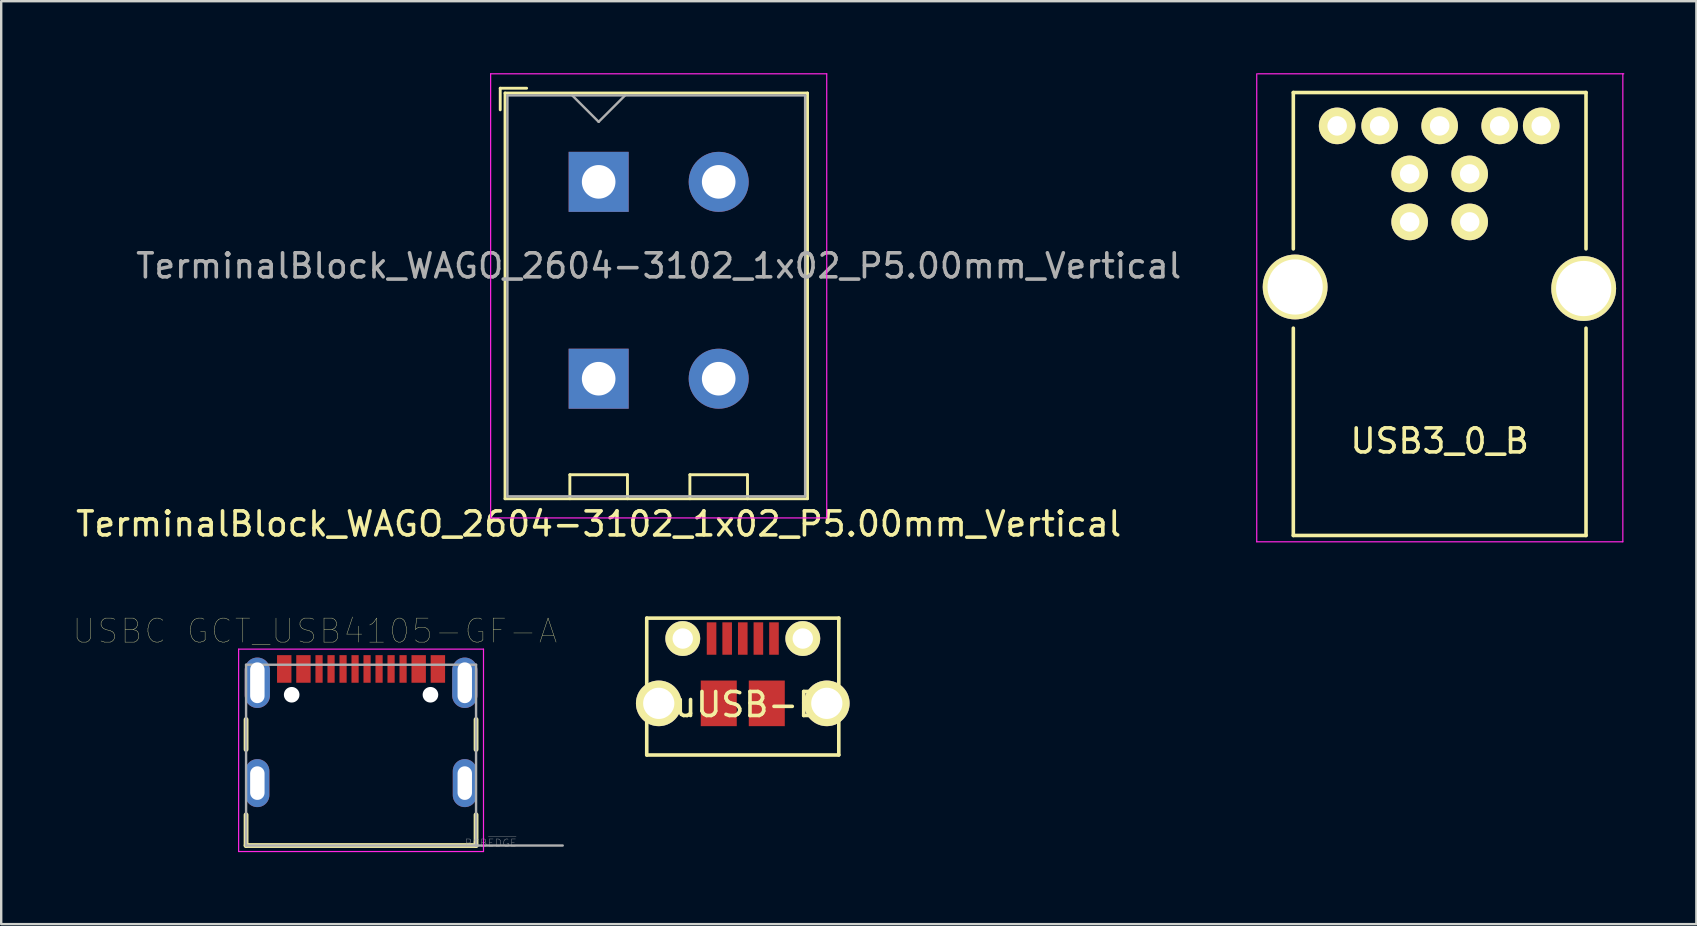
<source format=kicad_pcb>
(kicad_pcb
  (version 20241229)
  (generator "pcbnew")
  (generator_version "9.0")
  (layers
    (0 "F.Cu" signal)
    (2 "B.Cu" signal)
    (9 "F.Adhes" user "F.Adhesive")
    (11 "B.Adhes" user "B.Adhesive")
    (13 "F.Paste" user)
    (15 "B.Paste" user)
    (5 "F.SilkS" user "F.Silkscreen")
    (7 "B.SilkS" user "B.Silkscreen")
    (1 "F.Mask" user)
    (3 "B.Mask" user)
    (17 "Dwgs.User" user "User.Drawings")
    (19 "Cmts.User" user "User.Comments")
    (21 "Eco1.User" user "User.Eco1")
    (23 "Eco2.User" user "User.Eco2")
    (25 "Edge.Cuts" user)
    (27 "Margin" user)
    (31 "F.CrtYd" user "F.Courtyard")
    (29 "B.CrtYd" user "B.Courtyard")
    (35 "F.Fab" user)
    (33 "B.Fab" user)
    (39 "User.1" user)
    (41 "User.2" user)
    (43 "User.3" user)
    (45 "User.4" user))
  (footprint "uUSB-B"
    (layer "F.Cu")
    (at 27.89 26.248)
    (property "Reference" "uUSB-B" (at 0.229 0.051 0) (layer "F.SilkS") (effects (font (size 1 1) (thickness 0.15))))
    (attr through_hole)
    (fp_line (start -4 -3.55) (end 4 -3.55) (stroke (width 0.15) (type solid)) (layer "F.SilkS"))
    (fp_line (start -4 2.15) (end -4 -3.55) (stroke (width 0.15) (type solid)) (layer "F.SilkS"))
    (fp_line (start 4 -3.55) (end 4 2.15) (stroke (width 0.15) (type solid)) (layer "F.SilkS"))
    (fp_line (start 4 2.15) (end -4 2.15) (stroke (width 0.15) (type solid)) (layer "F.SilkS"))
    (pad "1" smd trapezoid (at -1.3 -2.7) (size 0.4 1.35) (layers "F.Cu" "F.Mask" "F.Paste"))
    (pad "2" smd trapezoid (at -0.65 -2.7) (size 0.4 1.35) (layers "F.Cu" "F.Mask" "F.Paste"))
    (pad "3" smd trapezoid (at 0 -2.7) (size 0.4 1.35) (layers "F.Cu" "F.Mask" "F.Paste"))
    (pad "4" smd trapezoid (at 0.65 -2.7) (size 0.4 1.35) (layers "F.Cu" "F.Mask" "F.Paste"))
    (pad "5" thru_hole circle (at -3.5 0) (size 1.9 1.9) (drill 1.3) (layers "*.Cu" "*.Mask" "F.SilkS"))
    (pad "5" thru_hole circle (at -2.5 -2.7) (size 1.45 1.45) (drill 0.85) (layers "*.Cu" "*.Mask" "F.SilkS"))
    (pad "5" smd trapezoid (at -1 0) (size 1.5 1.9) (layers "F.Cu" "F.Mask" "F.Paste"))
    (pad "5" smd trapezoid (at 1 0) (size 1.5 1.9) (layers "F.Cu" "F.Mask" "F.Paste"))
    (pad "5" smd trapezoid (at 1.3 -2.7) (size 0.4 1.35) (layers "F.Cu" "F.Mask" "F.Paste"))
    (pad "5" thru_hole circle (at 2.5 -2.7) (size 1.45 1.45) (drill 0.85) (layers "*.Cu" "*.Mask" "F.SilkS"))
    (pad "5" thru_hole circle (at 3.5 0) (size 1.9 1.9) (drill 1.3) (layers "*.Cu" "*.Mask" "F.SilkS")))
  (footprint "TerminalBlock_WAGO_2604-3102_1x02_P5.00mm_Vertical"
    (layer "F.Cu")
    (at 21.887 4.525)
    (property "Reference" "TerminalBlock_WAGO_2604-3102_1x02_P5.00mm_Vertical" (at 0 14.25 0) (unlocked yes) (layer "F.SilkS") (effects (font (size 1 1) (thickness 0.15))))
    (attr through_hole)
    (fp_line (start -4.1 -3.9) (end -4.1 -3) (stroke (width 0.12) (type solid)) (layer "F.SilkS"))
    (fp_line (start -4.1 -3.9) (end -3 -3.9) (stroke (width 0.12) (type solid)) (layer "F.SilkS"))
    (fp_line (start -3.9 -3.7) (end 8.7 -3.7) (stroke (width 0.12) (type solid)) (layer "F.SilkS"))
    (fp_line (start -3.9 13.2) (end -3.9 -3.7) (stroke (width 0.12) (type solid)) (layer "F.SilkS"))
    (fp_line (start -1.2 12.2) (end 1.2 12.2) (stroke (width 0.12) (type solid)) (layer "F.SilkS"))
    (fp_line (start -1.2 13.2) (end -1.2 12.2) (stroke (width 0.12) (type solid)) (layer "F.SilkS"))
    (fp_line (start 1.2 12.2) (end 1.2 13.2) (stroke (width 0.12) (type solid)) (layer "F.SilkS"))
    (fp_line (start 3.8 12.2) (end 3.8 13.2) (stroke (width 0.12) (type solid)) (layer "F.SilkS"))
    (fp_line (start 3.8 12.2) (end 6.2 12.2) (stroke (width 0.12) (type solid)) (layer "F.SilkS"))
    (fp_line (start 6.2 12.2) (end 6.2 13.2) (stroke (width 0.12) (type solid)) (layer "F.SilkS"))
    (fp_line (start 8.7 -3.7) (end 8.7 13.2) (stroke (width 0.12) (type solid)) (layer "F.SilkS"))
    (fp_line (start 8.7 13.2) (end -3.9 13.2) (stroke (width 0.12) (type solid)) (layer "F.SilkS"))
    (fp_line (start -4.5 -4.5) (end -4.5 14) (stroke (width 0.05) (type solid)) (layer "F.CrtYd"))
    (fp_line (start -4.5 14) (end 9.5 14) (stroke (width 0.05) (type solid)) (layer "F.CrtYd"))
    (fp_line (start 9.5 -4.5) (end -4.5 -4.5) (stroke (width 0.05) (type solid)) (layer "F.CrtYd"))
    (fp_line (start 9.5 14) (end 9.5 -4.5) (stroke (width 0.05) (type solid)) (layer "F.CrtYd"))
    (fp_line (start -3.8 -3.6) (end 8.6 -3.6) (stroke (width 0.1) (type solid)) (layer "F.Fab"))
    (fp_line (start -3.8 13.1) (end -3.8 -3.6) (stroke (width 0.1) (type solid)) (layer "F.Fab"))
    (fp_line (start -1.1 -3.6) (end 0 -2.5) (stroke (width 0.1) (type solid)) (layer "F.Fab"))
    (fp_line (start 0 -2.5) (end 1.1 -3.6) (stroke (width 0.1) (type solid)) (layer "F.Fab"))
    (fp_line (start 8.6 -3.6) (end 8.6 13.1) (stroke (width 0.1) (type solid)) (layer "F.Fab"))
    (fp_line (start 8.6 13.1) (end -3.8 13.1) (stroke (width 0.1) (type solid)) (layer "F.Fab"))
    (fp_text user "${REFERENCE}" (at 2.5 3.5 0) (unlocked yes) (layer "F.Fab") (effects (font (size 1 1) (thickness 0.15))))
    (pad "1" thru_hole rect (at 0 0) (size 2.5 2.5) (drill 1.4) (layers "*.Cu" "*.Mask") (remove_unused_layers yes) (keep_end_layers yes) (zone_layer_connections))
    (pad "1" thru_hole rect (at 0 8.2) (size 2.5 2.5) (drill 1.4) (layers "*.Cu" "*.Mask") (remove_unused_layers yes) (keep_end_layers yes) (zone_layer_connections))
    (pad "2" thru_hole circle (at 5 0) (size 2.5 2.5) (drill 1.4) (layers "*.Cu" "*.Mask") (remove_unused_layers yes) (keep_end_layers yes) (zone_layer_connections))
    (pad "2" thru_hole circle (at 5 8.2) (size 2.5 2.5) (drill 1.4) (layers "*.Cu" "*.Mask") (remove_unused_layers yes) (keep_end_layers yes) (zone_layer_connections)))
  (footprint "USB3_0_B"
    (layer "F.Cu")
    (at 50.899 8.904)
    (property "Reference" "USB3_0_B" (at 6.02 6.415 0) (layer "F.SilkS") (effects (font (size 1 1) (thickness 0.15))))
    (attr through_hole)
    (fp_line (start -0.076 -8.1) (end -0.076 -1.587) (stroke (width 0.15) (type solid)) (layer "F.SilkS"))
    (fp_line (start -0.076 -8.1) (end 12.116 -8.1) (stroke (width 0.15) (type solid)) (layer "F.SilkS"))
    (fp_line (start -0.076 1.716) (end -0.076 10.351) (stroke (width 0.15) (type solid)) (layer "F.SilkS"))
    (fp_line (start 12.116 -8.1) (end 12.116 -1.587) (stroke (width 0.15) (type solid)) (layer "F.SilkS"))
    (fp_line (start 12.116 1.716) (end 12.116 10.351) (stroke (width 0.15) (type solid)) (layer "F.SilkS"))
    (fp_line (start 12.116 10.351) (end -0.076 10.351) (stroke (width 0.15) (type solid)) (layer "F.SilkS"))
    (fp_line (start -1.6 10.614) (end -1.6 -8.879) (stroke (width 0.05) (type solid)) (layer "F.CrtYd"))
    (fp_line (start -1.562 -8.879) (end 13.688 -8.879) (stroke (width 0.05) (type solid)) (layer "F.CrtYd"))
    (fp_line (start 13.65 -8.879) (end 13.65 10.614) (stroke (width 0.05) (type solid)) (layer "F.CrtYd"))
    (fp_line (start 13.65 10.614) (end -1.6 10.614) (stroke (width 0.05) (type solid)) (layer "F.CrtYd"))
    (pad "1" thru_hole circle (at 7.27 -4.71 180) (size 1.524 1.524) (drill 0.813) (layers "*.Cu" "*.Mask" "F.SilkS"))
    (pad "2" thru_hole circle (at 4.77 -4.71 180) (size 1.524 1.524) (drill 0.813) (layers "*.Cu" "*.Mask" "F.SilkS"))
    (pad "3" thru_hole circle (at 4.77 -2.71 180) (size 1.524 1.524) (drill 0.813) (layers "*.Cu" "*.Mask" "F.SilkS"))
    (pad "4" thru_hole circle (at 7.27 -2.71 180) (size 1.524 1.524) (drill 0.813) (layers "*.Cu" "*.Mask" "F.SilkS"))
    (pad "5" thru_hole circle (at 1.75 -6.71 180) (size 1.524 1.524) (drill 0.813) (layers "*.Cu" "*.Mask" "F.SilkS"))
    (pad "6" thru_hole circle (at 3.52 -6.71 180) (size 1.524 1.524) (drill 0.813) (layers "*.Cu" "*.Mask" "F.SilkS"))
    (pad "7" thru_hole circle (at 6.02 -6.71 180) (size 1.524 1.524) (drill 0.813) (layers "*.Cu" "*.Mask" "F.SilkS"))
    (pad "8" thru_hole circle (at 8.52 -6.71 180) (size 1.524 1.524) (drill 0.813) (layers "*.Cu" "*.Mask" "F.SilkS"))
    (pad "9" thru_hole circle (at 10.25 -6.71 180) (size 1.524 1.524) (drill 0.813) (layers "*.Cu" "*.Mask" "F.SilkS"))
    (pad "10" thru_hole circle (at 0 0 180) (size 2.7 2.7) (drill 2.301) (layers "*.Cu" "*.Mask" "F.SilkS"))
    (pad "10" thru_hole circle (at 12.019 0.065 180) (size 2.7 2.7) (drill 2.301) (layers "*.Cu" "*.Mask" "F.SilkS")))
  (footprint "USBC GCT_USB4105-GF-A"
    (layer "F.Cu")
    (at 11.99 29.57)
    (property "Reference" "USBC GCT_USB4105-GF-A" (at -1.925 -6.335 0) (layer "F.SilkS") (effects (font (size 1 1) (thickness 0.015))))
    (attr through_hole)
    (fp_line (start -4.79 -2.65) (end -4.79 -1.4) (stroke (width 0.2) (type solid)) (layer "F.SilkS"))
    (fp_line (start -4.79 1.32) (end -4.79 2.6) (stroke (width 0.2) (type solid)) (layer "F.SilkS"))
    (fp_line (start -4.79 2.6) (end 4.79 2.6) (stroke (width 0.2) (type solid)) (layer "F.SilkS"))
    (fp_line (start 4.79 -2.65) (end 4.79 -1.4) (stroke (width 0.2) (type solid)) (layer "F.SilkS"))
    (fp_line (start 4.79 2.6) (end 4.79 1.32) (stroke (width 0.2) (type solid)) (layer "F.SilkS"))
    (fp_line (start -5.1 -5.58) (end -5.1 2.85) (stroke (width 0.05) (type solid)) (layer "F.CrtYd"))
    (fp_line (start -5.1 2.85) (end 5.1 2.85) (stroke (width 0.05) (type solid)) (layer "F.CrtYd"))
    (fp_line (start 5.1 -5.58) (end -5.1 -5.58) (stroke (width 0.05) (type solid)) (layer "F.CrtYd"))
    (fp_line (start 5.1 2.85) (end 5.1 -5.58) (stroke (width 0.05) (type solid)) (layer "F.CrtYd"))
    (fp_line (start -4.79 -4.93) (end 4.79 -4.93) (stroke (width 0.1) (type solid)) (layer "F.Fab"))
    (fp_line (start -4.79 2.6) (end -4.79 -4.93) (stroke (width 0.1) (type solid)) (layer "F.Fab"))
    (fp_line (start 4.79 -4.93) (end 4.79 2.6) (stroke (width 0.1) (type solid)) (layer "F.Fab"))
    (fp_line (start 4.79 2.6) (end -4.79 2.6) (stroke (width 0.1) (type solid)) (layer "F.Fab"))
    (fp_line (start 4.8 2.6) (end 8.4 2.6) (stroke (width 0.1) (type solid)) (layer "F.Fab"))
    (fp_text user "PCB~{EDGE}" (at 5.4 2.5 0) (layer "F.Fab") (effects (font (size 0.32 0.32) (thickness 0.015))))
    (pad "" np_thru_hole circle (at -2.89 -3.68) (size 0.65 0.65) (drill 0.65) (layers "*.Cu" "*.Mask"))
    (pad "" np_thru_hole circle (at 2.89 -3.68) (size 0.65 0.65) (drill 0.65) (layers "*.Cu" "*.Mask"))
    (pad "A1/B12" smd rect (at -3.2 -4.755) (size 0.6 1.15) (layers "F.Cu" "F.Mask" "F.Paste"))
    (pad "A4/B9" smd rect (at -2.4 -4.755) (size 0.6 1.15) (layers "F.Cu" "F.Mask" "F.Paste"))
    (pad "A5" smd rect (at -1.25 -4.755) (size 0.3 1.15) (layers "F.Cu" "F.Mask" "F.Paste"))
    (pad "A6" smd rect (at -0.25 -4.755) (size 0.3 1.15) (layers "F.Cu" "F.Mask" "F.Paste"))
    (pad "A7" smd rect (at 0.25 -4.755) (size 0.3 1.15) (layers "F.Cu" "F.Mask" "F.Paste"))
    (pad "A8" smd rect (at 1.25 -4.755) (size 0.3 1.15) (layers "F.Cu" "F.Mask" "F.Paste"))
    (pad "B1/A12" smd rect (at 3.2 -4.755) (size 0.6 1.15) (layers "F.Cu" "F.Mask" "F.Paste"))
    (pad "B4/A9" smd rect (at 2.4 -4.755) (size 0.6 1.15) (layers "F.Cu" "F.Mask" "F.Paste"))
    (pad "B5" smd rect (at 1.75 -4.755) (size 0.3 1.15) (layers "F.Cu" "F.Mask" "F.Paste"))
    (pad "B6" smd rect (at 0.75 -4.755) (size 0.3 1.15) (layers "F.Cu" "F.Mask" "F.Paste"))
    (pad "B7" smd rect (at -0.75 -4.755) (size 0.3 1.15) (layers "F.Cu" "F.Mask" "F.Paste"))
    (pad "B8" smd rect (at -1.75 -4.755) (size 0.3 1.15) (layers "F.Cu" "F.Mask" "F.Paste"))
    (pad "G1" thru_hole oval (at -4.32 0) (size 1 2) (drill oval 0.6 1.4) (layers "*.Cu" "*.Mask"))
    (pad "G2" thru_hole oval (at 4.32 0) (size 1 2) (drill oval 0.6 1.4) (layers "*.Cu" "*.Mask"))
    (pad "G3" thru_hole oval (at -4.32 -4.18) (size 1.05 2.1) (drill oval 0.6 1.7) (layers "*.Cu" "*.Mask"))
    (pad "G4" thru_hole oval (at 4.32 -4.18) (size 1.05 2.1) (drill oval 0.6 1.7) (layers "*.Cu" "*.Mask")))
  (gr_rect
    (start -3 -3)
    (end 67.612 35.445)
    (stroke (width 0.1) (type default))
    (fill no)
    (layer "Edge.Cuts")))
</source>
